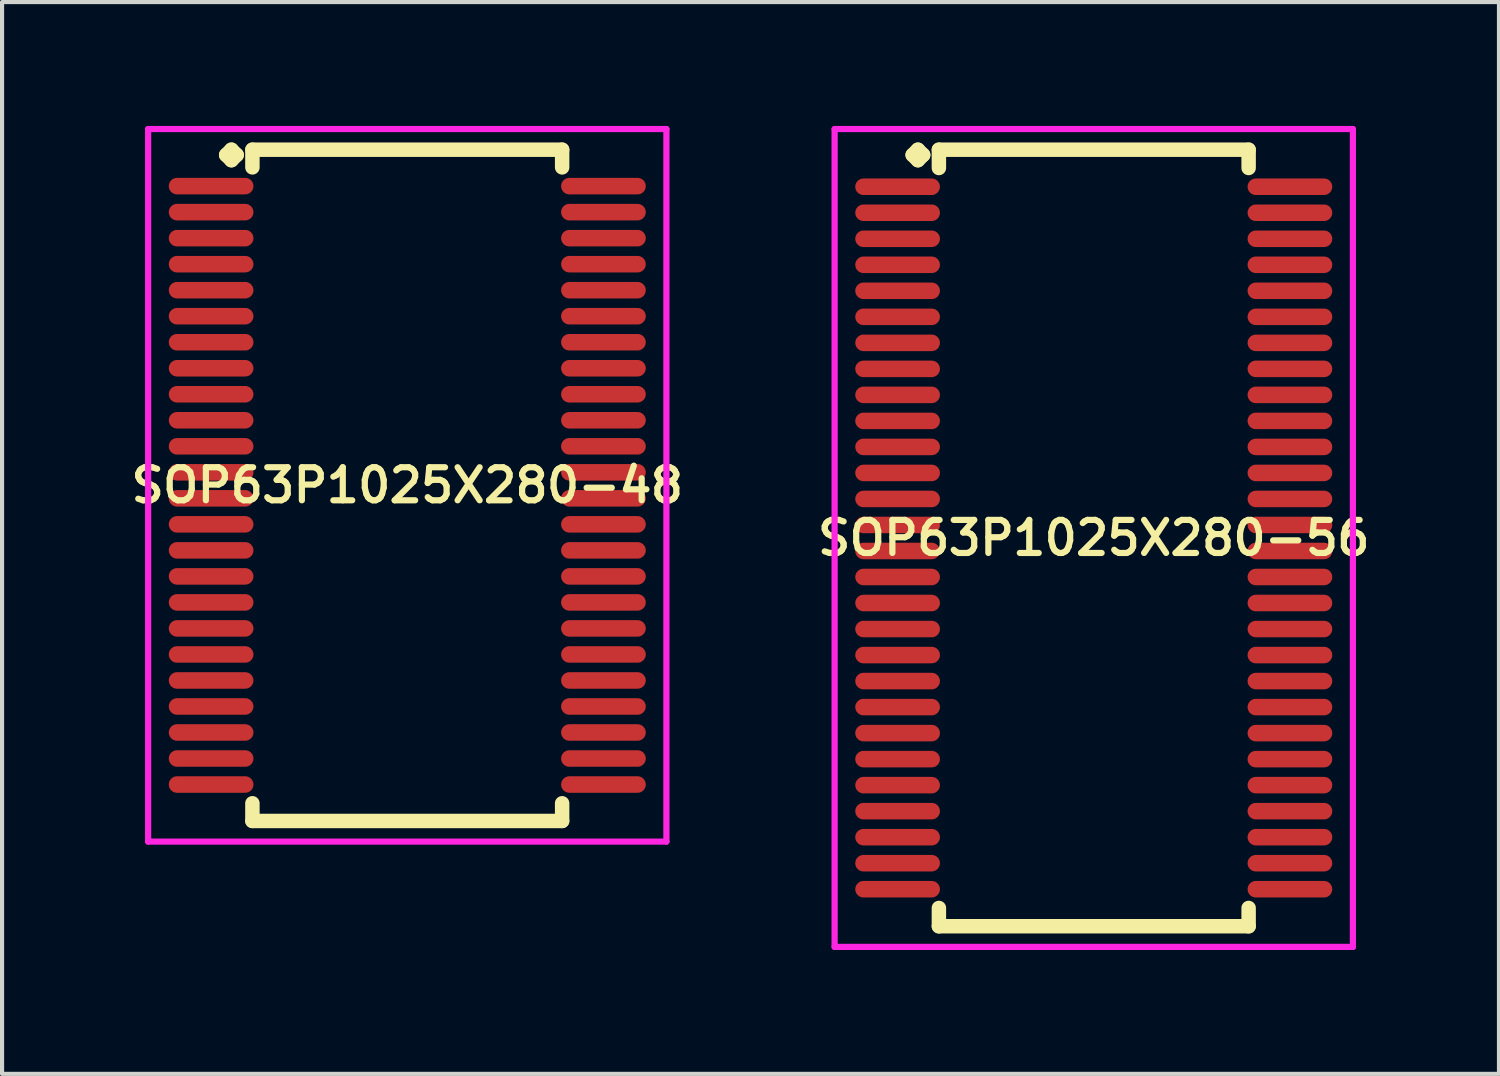
<source format=kicad_pcb>
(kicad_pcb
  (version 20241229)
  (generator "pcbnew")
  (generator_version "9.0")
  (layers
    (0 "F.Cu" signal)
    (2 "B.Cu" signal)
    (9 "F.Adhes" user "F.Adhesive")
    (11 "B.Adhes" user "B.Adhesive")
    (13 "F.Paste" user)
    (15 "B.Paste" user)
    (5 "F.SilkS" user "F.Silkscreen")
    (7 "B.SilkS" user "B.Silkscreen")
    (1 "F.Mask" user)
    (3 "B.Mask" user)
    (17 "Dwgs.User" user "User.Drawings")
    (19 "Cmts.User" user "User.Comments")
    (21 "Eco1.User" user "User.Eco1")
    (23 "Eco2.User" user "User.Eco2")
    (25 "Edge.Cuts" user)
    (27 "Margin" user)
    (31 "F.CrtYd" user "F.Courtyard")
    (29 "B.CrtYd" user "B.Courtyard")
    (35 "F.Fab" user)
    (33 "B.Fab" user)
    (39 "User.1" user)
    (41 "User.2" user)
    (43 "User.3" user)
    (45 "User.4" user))
  (footprint "SOP63P1025X280-56"
    (layer "F.Cu")
    (at 23.435 9.977)
    (property "Reference" "SOP63P1025X280-56" (at 0 0 0) (layer "F.SilkS") (effects (font (size 0.8 0.8) (thickness 0.15))))
    (attr through_hole)
    (fp_line (start -4.385 -9.275) (end -4.258 -9.402) (stroke (width 0.35) (type solid)) (layer "F.SilkS"))
    (fp_line (start -4.258 -9.402) (end -4.131 -9.275) (stroke (width 0.35) (type solid)) (layer "F.SilkS"))
    (fp_line (start -4.258 -9.148) (end -4.385 -9.275) (stroke (width 0.35) (type solid)) (layer "F.SilkS"))
    (fp_line (start -4.131 -9.275) (end -4.258 -9.148) (stroke (width 0.35) (type solid)) (layer "F.SilkS"))
    (fp_line (start -3.75 -9.402) (end 3.75 -9.402) (stroke (width 0.35) (type solid)) (layer "F.SilkS"))
    (fp_line (start -3.75 -8.959) (end -3.75 -9.402) (stroke (width 0.35) (type solid)) (layer "F.SilkS"))
    (fp_line (start -3.75 8.959) (end -3.75 9.402) (stroke (width 0.35) (type solid)) (layer "F.SilkS"))
    (fp_line (start -3.75 9.402) (end 3.75 9.402) (stroke (width 0.35) (type solid)) (layer "F.SilkS"))
    (fp_line (start 3.75 -9.402) (end 3.75 -8.959) (stroke (width 0.35) (type solid)) (layer "F.SilkS"))
    (fp_line (start 3.75 9.402) (end 3.75 8.959) (stroke (width 0.35) (type solid)) (layer "F.SilkS"))
    (fp_line (start -6.275 -9.902) (end 6.275 -9.902) (stroke (width 0.15) (type solid)) (layer "F.CrtYd"))
    (fp_line (start -6.275 9.902) (end -6.275 -9.902) (stroke (width 0.15) (type solid)) (layer "F.CrtYd"))
    (fp_line (start 6.275 -9.902) (end 6.275 9.902) (stroke (width 0.15) (type solid)) (layer "F.CrtYd"))
    (fp_line (start 6.275 9.902) (end -6.275 9.902) (stroke (width 0.15) (type solid)) (layer "F.CrtYd"))
    (pad "1" smd oval (at -4.75 -8.505) (size 2.05 0.4) (layers "F.Cu" "F.Mask" "F.Paste"))
    (pad "2" smd oval (at -4.75 -7.875) (size 2.05 0.4) (layers "F.Cu" "F.Mask" "F.Paste"))
    (pad "3" smd oval (at -4.75 -7.245) (size 2.05 0.4) (layers "F.Cu" "F.Mask" "F.Paste"))
    (pad "4" smd oval (at -4.75 -6.615) (size 2.05 0.4) (layers "F.Cu" "F.Mask" "F.Paste"))
    (pad "5" smd oval (at -4.75 -5.985) (size 2.05 0.4) (layers "F.Cu" "F.Mask" "F.Paste"))
    (pad "6" smd oval (at -4.75 -5.355) (size 2.05 0.4) (layers "F.Cu" "F.Mask" "F.Paste"))
    (pad "7" smd oval (at -4.75 -4.725) (size 2.05 0.4) (layers "F.Cu" "F.Mask" "F.Paste"))
    (pad "8" smd oval (at -4.75 -4.095) (size 2.05 0.4) (layers "F.Cu" "F.Mask" "F.Paste"))
    (pad "9" smd oval (at -4.75 -3.465) (size 2.05 0.4) (layers "F.Cu" "F.Mask" "F.Paste"))
    (pad "10" smd oval (at -4.75 -2.835) (size 2.05 0.4) (layers "F.Cu" "F.Mask" "F.Paste"))
    (pad "11" smd oval (at -4.75 -2.205) (size 2.05 0.4) (layers "F.Cu" "F.Mask" "F.Paste"))
    (pad "12" smd oval (at -4.75 -1.575) (size 2.05 0.4) (layers "F.Cu" "F.Mask" "F.Paste"))
    (pad "13" smd oval (at -4.75 -0.945) (size 2.05 0.4) (layers "F.Cu" "F.Mask" "F.Paste"))
    (pad "14" smd oval (at -4.75 -0.315) (size 2.05 0.4) (layers "F.Cu" "F.Mask" "F.Paste"))
    (pad "15" smd oval (at -4.75 0.315) (size 2.05 0.4) (layers "F.Cu" "F.Mask" "F.Paste"))
    (pad "16" smd oval (at -4.75 0.945) (size 2.05 0.4) (layers "F.Cu" "F.Mask" "F.Paste"))
    (pad "17" smd oval (at -4.75 1.575) (size 2.05 0.4) (layers "F.Cu" "F.Mask" "F.Paste"))
    (pad "18" smd oval (at -4.75 2.205) (size 2.05 0.4) (layers "F.Cu" "F.Mask" "F.Paste"))
    (pad "19" smd oval (at -4.75 2.835) (size 2.05 0.4) (layers "F.Cu" "F.Mask" "F.Paste"))
    (pad "20" smd oval (at -4.75 3.465) (size 2.05 0.4) (layers "F.Cu" "F.Mask" "F.Paste"))
    (pad "21" smd oval (at -4.75 4.095) (size 2.05 0.4) (layers "F.Cu" "F.Mask" "F.Paste"))
    (pad "22" smd oval (at -4.75 4.725) (size 2.05 0.4) (layers "F.Cu" "F.Mask" "F.Paste"))
    (pad "23" smd oval (at -4.75 5.355) (size 2.05 0.4) (layers "F.Cu" "F.Mask" "F.Paste"))
    (pad "24" smd oval (at -4.75 5.985) (size 2.05 0.4) (layers "F.Cu" "F.Mask" "F.Paste"))
    (pad "25" smd oval (at -4.75 6.615) (size 2.05 0.4) (layers "F.Cu" "F.Mask" "F.Paste"))
    (pad "26" smd oval (at -4.75 7.245) (size 2.05 0.4) (layers "F.Cu" "F.Mask" "F.Paste"))
    (pad "27" smd oval (at -4.75 7.875) (size 2.05 0.4) (layers "F.Cu" "F.Mask" "F.Paste"))
    (pad "28" smd oval (at -4.75 8.505) (size 2.05 0.4) (layers "F.Cu" "F.Mask" "F.Paste"))
    (pad "29" smd oval (at 4.75 8.505) (size 2.05 0.4) (layers "F.Cu" "F.Mask" "F.Paste"))
    (pad "30" smd oval (at 4.75 7.875) (size 2.05 0.4) (layers "F.Cu" "F.Mask" "F.Paste"))
    (pad "31" smd oval (at 4.75 7.245) (size 2.05 0.4) (layers "F.Cu" "F.Mask" "F.Paste"))
    (pad "32" smd oval (at 4.75 6.615) (size 2.05 0.4) (layers "F.Cu" "F.Mask" "F.Paste"))
    (pad "33" smd oval (at 4.75 5.985) (size 2.05 0.4) (layers "F.Cu" "F.Mask" "F.Paste"))
    (pad "34" smd oval (at 4.75 5.355) (size 2.05 0.4) (layers "F.Cu" "F.Mask" "F.Paste"))
    (pad "35" smd oval (at 4.75 4.725) (size 2.05 0.4) (layers "F.Cu" "F.Mask" "F.Paste"))
    (pad "36" smd oval (at 4.75 4.095) (size 2.05 0.4) (layers "F.Cu" "F.Mask" "F.Paste"))
    (pad "37" smd oval (at 4.75 3.465) (size 2.05 0.4) (layers "F.Cu" "F.Mask" "F.Paste"))
    (pad "38" smd oval (at 4.75 2.835) (size 2.05 0.4) (layers "F.Cu" "F.Mask" "F.Paste"))
    (pad "39" smd oval (at 4.75 2.205) (size 2.05 0.4) (layers "F.Cu" "F.Mask" "F.Paste"))
    (pad "40" smd oval (at 4.75 1.575) (size 2.05 0.4) (layers "F.Cu" "F.Mask" "F.Paste"))
    (pad "41" smd oval (at 4.75 0.945) (size 2.05 0.4) (layers "F.Cu" "F.Mask" "F.Paste"))
    (pad "42" smd oval (at 4.75 0.315) (size 2.05 0.4) (layers "F.Cu" "F.Mask" "F.Paste"))
    (pad "43" smd oval (at 4.75 -0.315) (size 2.05 0.4) (layers "F.Cu" "F.Mask" "F.Paste"))
    (pad "44" smd oval (at 4.75 -0.945) (size 2.05 0.4) (layers "F.Cu" "F.Mask" "F.Paste"))
    (pad "45" smd oval (at 4.75 -1.575) (size 2.05 0.4) (layers "F.Cu" "F.Mask" "F.Paste"))
    (pad "46" smd oval (at 4.75 -2.205) (size 2.05 0.4) (layers "F.Cu" "F.Mask" "F.Paste"))
    (pad "47" smd oval (at 4.75 -2.835) (size 2.05 0.4) (layers "F.Cu" "F.Mask" "F.Paste"))
    (pad "48" smd oval (at 4.75 -3.465) (size 2.05 0.4) (layers "F.Cu" "F.Mask" "F.Paste"))
    (pad "49" smd oval (at 4.75 -4.095) (size 2.05 0.4) (layers "F.Cu" "F.Mask" "F.Paste"))
    (pad "50" smd oval (at 4.75 -4.725) (size 2.05 0.4) (layers "F.Cu" "F.Mask" "F.Paste"))
    (pad "51" smd oval (at 4.75 -5.355) (size 2.05 0.4) (layers "F.Cu" "F.Mask" "F.Paste"))
    (pad "52" smd oval (at 4.75 -5.985) (size 2.05 0.4) (layers "F.Cu" "F.Mask" "F.Paste"))
    (pad "53" smd oval (at 4.75 -6.615) (size 2.05 0.4) (layers "F.Cu" "F.Mask" "F.Paste"))
    (pad "54" smd oval (at 4.75 -7.245) (size 2.05 0.4) (layers "F.Cu" "F.Mask" "F.Paste"))
    (pad "55" smd oval (at 4.75 -7.875) (size 2.05 0.4) (layers "F.Cu" "F.Mask" "F.Paste"))
    (pad "56" smd oval (at 4.75 -8.505) (size 2.05 0.4) (layers "F.Cu" "F.Mask" "F.Paste")))
  (footprint "SOP63P1025X280-48"
    (layer "F.Cu")
    (at 6.812 8.702)
    (property "Reference" "SOP63P1025X280-48" (at 0 0 0) (layer "F.SilkS") (effects (font (size 0.8 0.8) (thickness 0.15))))
    (attr smd)
    (fp_line (start -4.385 -8) (end -4.258 -8.127) (stroke (width 0.35) (type solid)) (layer "F.SilkS"))
    (fp_line (start -4.258 -8.127) (end -4.131 -8) (stroke (width 0.35) (type solid)) (layer "F.SilkS"))
    (fp_line (start -4.258 -7.873) (end -4.385 -8) (stroke (width 0.35) (type solid)) (layer "F.SilkS"))
    (fp_line (start -4.131 -8) (end -4.258 -7.873) (stroke (width 0.35) (type solid)) (layer "F.SilkS"))
    (fp_line (start -3.75 -8.127) (end 3.75 -8.127) (stroke (width 0.35) (type solid)) (layer "F.SilkS"))
    (fp_line (start -3.75 -7.699) (end -3.75 -8.127) (stroke (width 0.35) (type solid)) (layer "F.SilkS"))
    (fp_line (start -3.75 7.699) (end -3.75 8.127) (stroke (width 0.35) (type solid)) (layer "F.SilkS"))
    (fp_line (start -3.75 8.127) (end 3.75 8.127) (stroke (width 0.35) (type solid)) (layer "F.SilkS"))
    (fp_line (start 3.75 -8.127) (end 3.75 -7.699) (stroke (width 0.35) (type solid)) (layer "F.SilkS"))
    (fp_line (start 3.75 8.127) (end 3.75 7.699) (stroke (width 0.35) (type solid)) (layer "F.SilkS"))
    (fp_line (start -6.275 -8.627) (end 6.275 -8.627) (stroke (width 0.15) (type solid)) (layer "F.CrtYd"))
    (fp_line (start -6.275 8.627) (end -6.275 -8.627) (stroke (width 0.15) (type solid)) (layer "F.CrtYd"))
    (fp_line (start 6.275 -8.627) (end 6.275 8.627) (stroke (width 0.15) (type solid)) (layer "F.CrtYd"))
    (fp_line (start 6.275 8.627) (end -6.275 8.627) (stroke (width 0.15) (type solid)) (layer "F.CrtYd"))
    (pad "1" smd oval (at -4.75 -7.245) (size 2.05 0.4) (layers "F.Cu" "F.Mask" "F.Paste"))
    (pad "2" smd oval (at -4.75 -6.615) (size 2.05 0.4) (layers "F.Cu" "F.Mask" "F.Paste"))
    (pad "3" smd oval (at -4.75 -5.985) (size 2.05 0.4) (layers "F.Cu" "F.Mask" "F.Paste"))
    (pad "4" smd oval (at -4.75 -5.355) (size 2.05 0.4) (layers "F.Cu" "F.Mask" "F.Paste"))
    (pad "5" smd oval (at -4.75 -4.725) (size 2.05 0.4) (layers "F.Cu" "F.Mask" "F.Paste"))
    (pad "6" smd oval (at -4.75 -4.095) (size 2.05 0.4) (layers "F.Cu" "F.Mask" "F.Paste"))
    (pad "7" smd oval (at -4.75 -3.465) (size 2.05 0.4) (layers "F.Cu" "F.Mask" "F.Paste"))
    (pad "8" smd oval (at -4.75 -2.835) (size 2.05 0.4) (layers "F.Cu" "F.Mask" "F.Paste"))
    (pad "9" smd oval (at -4.75 -2.205) (size 2.05 0.4) (layers "F.Cu" "F.Mask" "F.Paste"))
    (pad "10" smd oval (at -4.75 -1.575) (size 2.05 0.4) (layers "F.Cu" "F.Mask" "F.Paste"))
    (pad "11" smd oval (at -4.75 -0.945) (size 2.05 0.4) (layers "F.Cu" "F.Mask" "F.Paste"))
    (pad "12" smd oval (at -4.75 -0.315) (size 2.05 0.4) (layers "F.Cu" "F.Mask" "F.Paste"))
    (pad "13" smd oval (at -4.75 0.315) (size 2.05 0.4) (layers "F.Cu" "F.Mask" "F.Paste"))
    (pad "14" smd oval (at -4.75 0.945) (size 2.05 0.4) (layers "F.Cu" "F.Mask" "F.Paste"))
    (pad "15" smd oval (at -4.75 1.575) (size 2.05 0.4) (layers "F.Cu" "F.Mask" "F.Paste"))
    (pad "16" smd oval (at -4.75 2.205) (size 2.05 0.4) (layers "F.Cu" "F.Mask" "F.Paste"))
    (pad "17" smd oval (at -4.75 2.835) (size 2.05 0.4) (layers "F.Cu" "F.Mask" "F.Paste"))
    (pad "18" smd oval (at -4.75 3.465) (size 2.05 0.4) (layers "F.Cu" "F.Mask" "F.Paste"))
    (pad "19" smd oval (at -4.75 4.095) (size 2.05 0.4) (layers "F.Cu" "F.Mask" "F.Paste"))
    (pad "20" smd oval (at -4.75 4.725) (size 2.05 0.4) (layers "F.Cu" "F.Mask" "F.Paste"))
    (pad "21" smd oval (at -4.75 5.355) (size 2.05 0.4) (layers "F.Cu" "F.Mask" "F.Paste"))
    (pad "22" smd oval (at -4.75 5.985) (size 2.05 0.4) (layers "F.Cu" "F.Mask" "F.Paste"))
    (pad "23" smd oval (at -4.75 6.615) (size 2.05 0.4) (layers "F.Cu" "F.Mask" "F.Paste"))
    (pad "24" smd oval (at -4.75 7.245) (size 2.05 0.4) (layers "F.Cu" "F.Mask" "F.Paste"))
    (pad "25" smd oval (at 4.75 7.245) (size 2.05 0.4) (layers "F.Cu" "F.Mask" "F.Paste"))
    (pad "26" smd oval (at 4.75 6.615) (size 2.05 0.4) (layers "F.Cu" "F.Mask" "F.Paste"))
    (pad "27" smd oval (at 4.75 5.985) (size 2.05 0.4) (layers "F.Cu" "F.Mask" "F.Paste"))
    (pad "28" smd oval (at 4.75 5.355) (size 2.05 0.4) (layers "F.Cu" "F.Mask" "F.Paste"))
    (pad "29" smd oval (at 4.75 4.725) (size 2.05 0.4) (layers "F.Cu" "F.Mask" "F.Paste"))
    (pad "30" smd oval (at 4.75 4.095) (size 2.05 0.4) (layers "F.Cu" "F.Mask" "F.Paste"))
    (pad "31" smd oval (at 4.75 3.465) (size 2.05 0.4) (layers "F.Cu" "F.Mask" "F.Paste"))
    (pad "32" smd oval (at 4.75 2.835) (size 2.05 0.4) (layers "F.Cu" "F.Mask" "F.Paste"))
    (pad "33" smd oval (at 4.75 2.205) (size 2.05 0.4) (layers "F.Cu" "F.Mask" "F.Paste"))
    (pad "34" smd oval (at 4.75 1.575) (size 2.05 0.4) (layers "F.Cu" "F.Mask" "F.Paste"))
    (pad "35" smd oval (at 4.75 0.945) (size 2.05 0.4) (layers "F.Cu" "F.Mask" "F.Paste"))
    (pad "36" smd oval (at 4.75 0.315) (size 2.05 0.4) (layers "F.Cu" "F.Mask" "F.Paste"))
    (pad "37" smd oval (at 4.75 -0.315) (size 2.05 0.4) (layers "F.Cu" "F.Mask" "F.Paste"))
    (pad "38" smd oval (at 4.75 -0.945) (size 2.05 0.4) (layers "F.Cu" "F.Mask" "F.Paste"))
    (pad "39" smd oval (at 4.75 -1.575) (size 2.05 0.4) (layers "F.Cu" "F.Mask" "F.Paste"))
    (pad "40" smd oval (at 4.75 -2.205) (size 2.05 0.4) (layers "F.Cu" "F.Mask" "F.Paste"))
    (pad "41" smd oval (at 4.75 -2.835) (size 2.05 0.4) (layers "F.Cu" "F.Mask" "F.Paste"))
    (pad "42" smd oval (at 4.75 -3.465) (size 2.05 0.4) (layers "F.Cu" "F.Mask" "F.Paste"))
    (pad "43" smd oval (at 4.75 -4.095) (size 2.05 0.4) (layers "F.Cu" "F.Mask" "F.Paste"))
    (pad "44" smd oval (at 4.75 -4.725) (size 2.05 0.4) (layers "F.Cu" "F.Mask" "F.Paste"))
    (pad "45" smd oval (at 4.75 -5.355) (size 2.05 0.4) (layers "F.Cu" "F.Mask" "F.Paste"))
    (pad "46" smd oval (at 4.75 -5.985) (size 2.05 0.4) (layers "F.Cu" "F.Mask" "F.Paste"))
    (pad "47" smd oval (at 4.75 -6.615) (size 2.05 0.4) (layers "F.Cu" "F.Mask" "F.Paste"))
    (pad "48" smd oval (at 4.75 -7.245) (size 2.05 0.4) (layers "F.Cu" "F.Mask" "F.Paste")))
  (gr_rect
    (start -3 -3)
    (end 33.247 22.954)
    (stroke (width 0.1) (type default))
    (fill no)
    (layer "Edge.Cuts")))
</source>
